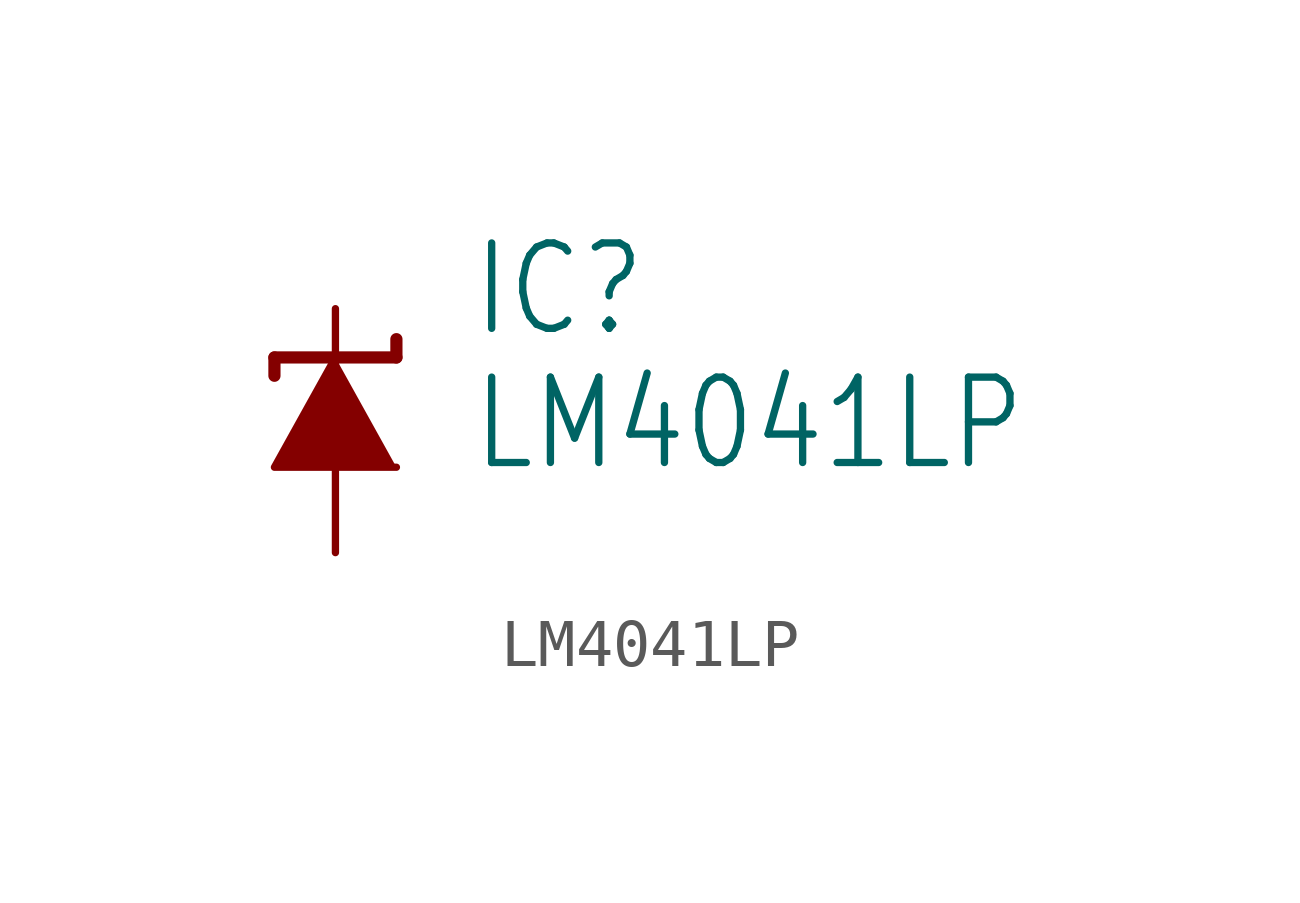
<source format=kicad_sym>
(kicad_symbol_lib
  (version 20211014)
  (generator kicad_symbol_editor)
  (symbol "LM4041LP"
    (property "Reference" "IC"
      (at 2.794 1.905 0)
      (effects (font (size 1.778 1.511)) (justify left bottom)))
    (property "Value" "LM4041LP"
      (at 2.794 -0.889 0)
      (effects (font (size 1.778 1.511)) (justify left bottom)))
    (property "ki_locked" ""
      (at 0 0 0)
      (effects (font (size 1.27 1.27))))
    (symbol "LM4041LP_1_0"
      (polyline (pts (xy -1.27 1.524) (xy -1.27 1.143)) (stroke (width 0.254) (type default) (color 0 0 0 0)) (fill (type none)))
      (polyline (pts (xy 0 1.524) (xy -1.27 1.524)) (stroke (width 0.254) (type default) (color 0 0 0 0)) (fill (type none)))
      (polyline (pts (xy 1.27 1.524) (xy 0 1.524)) (stroke (width 0.254) (type default) (color 0 0 0 0)) (fill (type none)))
      (polyline (pts (xy 1.27 1.905) (xy 1.27 1.524)) (stroke (width 0.254) (type default) (color 0 0 0 0)) (fill (type none)))
      (polyline (pts (xy 0 1.524) (xy -1.27 -0.762) (xy 1.27 -0.762)) (stroke (width 0) (type default) (color 0 0 0 0)) (fill (type outline)))
      (pin passive line (at 0 2.54 270) (length 2.54) (name "C" (effects (font (size 0 0)))) (number "2" (effects (font (size 0 0)))))
      (pin passive line (at 0 -2.54 90) (length 2.54) (name "A" (effects (font (size 0 0)))) (number "3" (effects (font (size 0 0))))))))
</source>
